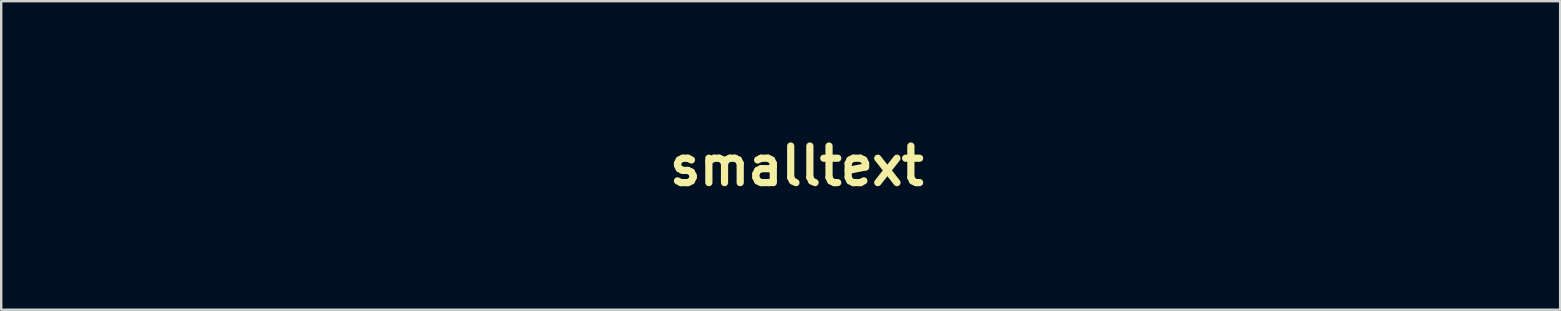
<source format=kicad_pcb>
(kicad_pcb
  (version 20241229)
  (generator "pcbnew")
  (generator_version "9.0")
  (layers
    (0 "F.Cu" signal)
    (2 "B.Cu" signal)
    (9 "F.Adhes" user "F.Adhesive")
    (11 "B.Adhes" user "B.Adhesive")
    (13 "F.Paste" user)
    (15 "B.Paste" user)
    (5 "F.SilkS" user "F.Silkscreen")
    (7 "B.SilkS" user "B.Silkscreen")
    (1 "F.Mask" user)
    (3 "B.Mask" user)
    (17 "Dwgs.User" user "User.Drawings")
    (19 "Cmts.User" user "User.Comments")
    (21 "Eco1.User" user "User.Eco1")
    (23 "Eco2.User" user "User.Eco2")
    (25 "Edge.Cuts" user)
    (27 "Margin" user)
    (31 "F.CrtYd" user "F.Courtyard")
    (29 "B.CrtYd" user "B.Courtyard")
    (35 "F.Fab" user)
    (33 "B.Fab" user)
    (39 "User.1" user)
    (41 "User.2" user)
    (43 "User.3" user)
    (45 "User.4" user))
  (footprint "smalltext"
    (layer "F.Cu")
    (at 30.154 3.87)
    (property "Reference" "smalltext" (at 0 0 0) (layer "F.SilkS") (effects (font (size 1.524 1.524) (thickness 0.3))))
    (attr through_hole)
    (fp_poly (pts (xy -29.992 -3.206) (xy -29.957 -2.901) (xy -29.935 -2.418) (xy -29.928 -1.822) (xy -29.936 -1.193) (xy -29.958 -0.72) (xy -29.994 -0.426) (xy -30.038 -0.331) (xy -30.085 -0.438) (xy -30.12 -0.744) (xy -30.142 -1.227) (xy -30.149 -1.822) (xy -30.141 -2.452) (xy -30.118 -2.925) (xy -30.082 -3.219) (xy -30.038 -3.313) (xy -29.992 -3.206)) (stroke (width 0.01) (type solid)) (fill yes) (layer "F.Mask"))
    (fp_poly (pts (xy -29.992 0.107) (xy -29.957 0.412) (xy -29.935 0.895) (xy -29.928 1.491) (xy -29.936 2.121) (xy -29.958 2.593) (xy -29.994 2.887) (xy -30.038 2.982) (xy -30.085 2.875) (xy -30.12 2.569) (xy -30.142 2.086) (xy -30.149 1.491) (xy -30.141 0.861) (xy -30.118 0.388) (xy -30.082 0.094) (xy -30.038 0) (xy -29.992 0.107)) (stroke (width 0.01) (type solid)) (fill yes) (layer "F.Mask"))
    (fp_poly (pts (xy -24.691 -3.206) (xy -24.656 -2.901) (xy -24.634 -2.418) (xy -24.627 -1.822) (xy -24.635 -1.193) (xy -24.658 -0.72) (xy -24.693 -0.426) (xy -24.737 -0.331) (xy -24.784 -0.438) (xy -24.819 -0.744) (xy -24.841 -1.227) (xy -24.848 -1.822) (xy -24.84 -2.452) (xy -24.817 -2.925) (xy -24.782 -3.219) (xy -24.737 -3.313) (xy -24.691 -3.206)) (stroke (width 0.01) (type solid)) (fill yes) (layer "F.Mask"))
    (fp_poly (pts (xy -24.691 0.107) (xy -24.656 0.412) (xy -24.634 0.895) (xy -24.627 1.491) (xy -24.635 2.121) (xy -24.658 2.593) (xy -24.693 2.887) (xy -24.737 2.982) (xy -24.784 2.875) (xy -24.819 2.569) (xy -24.841 2.086) (xy -24.848 1.491) (xy -24.84 0.861) (xy -24.817 0.388) (xy -24.782 0.094) (xy -24.737 0) (xy -24.691 0.107)) (stroke (width 0.01) (type solid)) (fill yes) (layer "F.Mask"))
    (fp_poly (pts (xy -19.052 1.448) (xy -18.845 1.493) (xy -18.775 1.581) (xy -18.774 1.601) (xy -18.825 1.697) (xy -19.005 1.749) (xy -19.357 1.767) (xy -19.437 1.767) (xy -19.821 1.754) (xy -20.028 1.709) (xy -20.098 1.621) (xy -20.099 1.601) (xy -20.048 1.505) (xy -19.868 1.453) (xy -19.516 1.436) (xy -19.437 1.436) (xy -19.052 1.448)) (stroke (width 0.01) (type solid)) (fill yes) (layer "F.Mask"))
    (fp_poly (pts (xy -17.285 1.448) (xy -17.078 1.493) (xy -17.008 1.581) (xy -17.007 1.601) (xy -17.058 1.697) (xy -17.238 1.749) (xy -17.59 1.767) (xy -17.67 1.767) (xy -18.054 1.754) (xy -18.261 1.709) (xy -18.331 1.621) (xy -18.332 1.601) (xy -18.281 1.505) (xy -18.101 1.453) (xy -17.749 1.436) (xy -17.67 1.436) (xy -17.285 1.448)) (stroke (width 0.01) (type solid)) (fill yes) (layer "F.Mask"))
    (fp_poly (pts (xy -12.322 -3.206) (xy -12.287 -2.901) (xy -12.265 -2.418) (xy -12.258 -1.822) (xy -12.266 -1.193) (xy -12.289 -0.72) (xy -12.325 -0.426) (xy -12.369 -0.331) (xy -12.415 -0.438) (xy -12.45 -0.744) (xy -12.472 -1.227) (xy -12.479 -1.822) (xy -12.471 -2.452) (xy -12.449 -2.925) (xy -12.413 -3.219) (xy -12.369 -3.313) (xy -12.322 -3.206)) (stroke (width 0.01) (type solid)) (fill yes) (layer "F.Mask"))
    (fp_poly (pts (xy -12.322 0.107) (xy -12.287 0.412) (xy -12.265 0.895) (xy -12.258 1.491) (xy -12.266 2.121) (xy -12.289 2.593) (xy -12.325 2.887) (xy -12.369 2.982) (xy -12.415 2.875) (xy -12.45 2.569) (xy -12.472 2.086) (xy -12.479 1.491) (xy -12.471 0.861) (xy -12.449 0.388) (xy -12.413 0.094) (xy -12.369 0) (xy -12.322 0.107)) (stroke (width 0.01) (type solid)) (fill yes) (layer "F.Mask"))
    (fp_poly (pts (xy -7.021 -3.206) (xy -6.986 -2.901) (xy -6.964 -2.418) (xy -6.957 -1.822) (xy -6.965 -1.193) (xy -6.988 -0.72) (xy -7.024 -0.426) (xy -7.068 -0.331) (xy -7.114 -0.438) (xy -7.149 -0.744) (xy -7.171 -1.227) (xy -7.178 -1.822) (xy -7.17 -2.452) (xy -7.148 -2.925) (xy -7.112 -3.219) (xy -7.068 -3.313) (xy -7.021 -3.206)) (stroke (width 0.01) (type solid)) (fill yes) (layer "F.Mask"))
    (fp_poly (pts (xy -7.021 0.107) (xy -6.986 0.412) (xy -6.964 0.895) (xy -6.957 1.491) (xy -6.965 2.121) (xy -6.988 2.593) (xy -7.024 2.887) (xy -7.068 2.982) (xy -7.114 2.875) (xy -7.149 2.569) (xy -7.171 2.086) (xy -7.178 1.491) (xy -7.17 0.861) (xy -7.148 0.388) (xy -7.112 0.094) (xy -7.068 0) (xy -7.021 0.107)) (stroke (width 0.01) (type solid)) (fill yes) (layer "F.Mask"))
    (fp_poly (pts (xy -3.487 -3.206) (xy -3.452 -2.901) (xy -3.43 -2.418) (xy -3.423 -1.822) (xy -3.431 -1.193) (xy -3.454 -0.72) (xy -3.49 -0.426) (xy -3.534 -0.331) (xy -3.581 -0.438) (xy -3.616 -0.744) (xy -3.637 -1.227) (xy -3.644 -1.822) (xy -3.636 -2.452) (xy -3.614 -2.925) (xy -3.578 -3.219) (xy -3.534 -3.313) (xy -3.487 -3.206)) (stroke (width 0.01) (type solid)) (fill yes) (layer "F.Mask"))
    (fp_poly (pts (xy -3.487 0.107) (xy -3.452 0.412) (xy -3.43 0.895) (xy -3.423 1.491) (xy -3.431 2.121) (xy -3.454 2.593) (xy -3.49 2.887) (xy -3.534 2.982) (xy -3.581 2.875) (xy -3.616 2.569) (xy -3.637 2.086) (xy -3.644 1.491) (xy -3.636 0.861) (xy -3.614 0.388) (xy -3.578 0.094) (xy -3.534 0) (xy -3.487 0.107)) (stroke (width 0.01) (type solid)) (fill yes) (layer "F.Mask"))
    (fp_poly (pts (xy -1.329 -3.852) (xy -1.022 -3.817) (xy -0.886 -3.765) (xy -0.883 -3.755) (xy -0.987 -3.7) (xy -1.269 -3.662) (xy -1.688 -3.645) (xy -1.767 -3.644) (xy -2.204 -3.657) (xy -2.512 -3.693) (xy -2.647 -3.745) (xy -2.65 -3.755) (xy -2.547 -3.809) (xy -2.265 -3.848) (xy -1.846 -3.865) (xy -1.767 -3.865) (xy -1.329 -3.852)) (stroke (width 0.01) (type solid)) (fill yes) (layer "F.Mask"))
    (fp_poly (pts (xy -1.329 2.774) (xy -1.022 2.809) (xy -0.886 2.861) (xy -0.883 2.871) (xy -0.987 2.926) (xy -1.269 2.964) (xy -1.688 2.981) (xy -1.767 2.982) (xy -2.204 2.969) (xy -2.512 2.934) (xy -2.647 2.881) (xy -2.65 2.871) (xy -2.547 2.817) (xy -2.265 2.778) (xy -1.846 2.761) (xy -1.767 2.761) (xy -1.329 2.774)) (stroke (width 0.01) (type solid)) (fill yes) (layer "F.Mask"))
    (fp_poly (pts (xy 8.881 -3.206) (xy 8.916 -2.901) (xy 8.938 -2.418) (xy 8.945 -1.822) (xy 8.937 -1.193) (xy 8.915 -0.72) (xy 8.879 -0.426) (xy 8.835 -0.331) (xy 8.788 -0.438) (xy 8.753 -0.744) (xy 8.731 -1.227) (xy 8.724 -1.822) (xy 8.732 -2.452) (xy 8.755 -2.925) (xy 8.791 -3.219) (xy 8.835 -3.313) (xy 8.881 -3.206)) (stroke (width 0.01) (type solid)) (fill yes) (layer "F.Mask"))
    (fp_poly (pts (xy 11.039 -0.539) (xy 11.347 -0.504) (xy 11.482 -0.452) (xy 11.485 -0.442) (xy 11.382 -0.387) (xy 11.1 -0.349) (xy 10.681 -0.332) (xy 10.602 -0.331) (xy 10.164 -0.344) (xy 9.857 -0.379) (xy 9.721 -0.432) (xy 9.718 -0.442) (xy 9.822 -0.496) (xy 10.104 -0.535) (xy 10.523 -0.552) (xy 10.602 -0.552) (xy 11.039 -0.539)) (stroke (width 0.01) (type solid)) (fill yes) (layer "F.Mask"))
    (fp_poly (pts (xy 12.415 -3.206) (xy 12.45 -2.901) (xy 12.472 -2.418) (xy 12.479 -1.822) (xy 12.471 -1.193) (xy 12.449 -0.72) (xy 12.413 -0.426) (xy 12.369 -0.331) (xy 12.322 -0.438) (xy 12.287 -0.744) (xy 12.265 -1.227) (xy 12.258 -1.822) (xy 12.266 -2.452) (xy 12.289 -2.925) (xy 12.325 -3.219) (xy 12.369 -3.313) (xy 12.415 -3.206)) (stroke (width 0.01) (type solid)) (fill yes) (layer "F.Mask"))
    (fp_poly (pts (xy 12.415 0.107) (xy 12.45 0.412) (xy 12.472 0.895) (xy 12.479 1.491) (xy 12.471 2.121) (xy 12.449 2.593) (xy 12.413 2.887) (xy 12.369 2.982) (xy 12.322 2.875) (xy 12.287 2.569) (xy 12.265 2.086) (xy 12.258 1.491) (xy 12.266 0.861) (xy 12.289 0.388) (xy 12.325 0.094) (xy 12.369 0) (xy 12.415 0.107)) (stroke (width 0.01) (type solid)) (fill yes) (layer "F.Mask"))
    (fp_poly (pts (xy 14.573 -0.539) (xy 14.881 -0.504) (xy 15.016 -0.452) (xy 15.019 -0.442) (xy 14.916 -0.387) (xy 14.634 -0.349) (xy 14.215 -0.332) (xy 14.136 -0.331) (xy 13.698 -0.344) (xy 13.391 -0.379) (xy 13.255 -0.432) (xy 13.252 -0.442) (xy 13.355 -0.496) (xy 13.638 -0.535) (xy 14.057 -0.552) (xy 14.136 -0.552) (xy 14.573 -0.539)) (stroke (width 0.01) (type solid)) (fill yes) (layer "F.Mask"))
    (fp_poly (pts (xy 19.874 -3.852) (xy 20.181 -3.817) (xy 20.317 -3.765) (xy 20.32 -3.755) (xy 20.217 -3.7) (xy 19.935 -3.662) (xy 19.516 -3.645) (xy 19.437 -3.644) (xy 18.999 -3.657) (xy 18.692 -3.693) (xy 18.556 -3.745) (xy 18.553 -3.755) (xy 18.656 -3.809) (xy 18.938 -3.848) (xy 19.357 -3.865) (xy 19.437 -3.865) (xy 19.874 -3.852)) (stroke (width 0.01) (type solid)) (fill yes) (layer "F.Mask"))
    (fp_poly (pts (xy 19.874 2.774) (xy 20.181 2.809) (xy 20.317 2.861) (xy 20.32 2.871) (xy 20.217 2.926) (xy 19.935 2.964) (xy 19.516 2.981) (xy 19.437 2.982) (xy 18.999 2.969) (xy 18.692 2.934) (xy 18.556 2.881) (xy 18.553 2.871) (xy 18.656 2.817) (xy 18.938 2.778) (xy 19.357 2.761) (xy 19.437 2.761) (xy 19.874 2.774)) (stroke (width 0.01) (type solid)) (fill yes) (layer "F.Mask"))
    (fp_poly (pts (xy 26.942 -3.852) (xy 27.249 -3.817) (xy 27.385 -3.765) (xy 27.388 -3.755) (xy 27.285 -3.7) (xy 27.002 -3.662) (xy 26.583 -3.645) (xy 26.504 -3.644) (xy 26.067 -3.657) (xy 25.759 -3.693) (xy 25.624 -3.745) (xy 25.621 -3.755) (xy 25.724 -3.809) (xy 26.006 -3.848) (xy 26.425 -3.865) (xy 26.504 -3.865) (xy 26.942 -3.852)) (stroke (width 0.01) (type solid)) (fill yes) (layer "F.Mask"))
    (fp_poly (pts (xy 26.942 2.774) (xy 27.249 2.809) (xy 27.385 2.861) (xy 27.388 2.871) (xy 27.285 2.926) (xy 27.002 2.964) (xy 26.583 2.981) (xy 26.504 2.982) (xy 26.067 2.969) (xy 25.759 2.934) (xy 25.624 2.881) (xy 25.621 2.871) (xy 25.724 2.817) (xy 26.006 2.778) (xy 26.425 2.761) (xy 26.504 2.761) (xy 26.942 2.774)) (stroke (width 0.01) (type solid)) (fill yes) (layer "F.Mask"))
    (fp_poly (pts (xy -28.728 -2.955) (xy -28.596 -2.766) (xy -28.413 -2.441) (xy -28.233 -2.085) (xy -27.99 -1.58) (xy -27.834 -1.241) (xy -27.754 -1.034) (xy -27.737 -0.927) (xy -27.775 -0.888) (xy -27.824 -0.883) (xy -27.913 -0.977) (xy -28.067 -1.229) (xy -28.259 -1.595) (xy -28.38 -1.845) (xy -28.571 -2.279) (xy -28.712 -2.649) (xy -28.785 -2.905) (xy -28.789 -2.977) (xy -28.728 -2.955)) (stroke (width 0.01) (type solid)) (fill yes) (layer "F.Mask"))
    (fp_poly (pts (xy -26.961 0.358) (xy -26.829 0.547) (xy -26.646 0.872) (xy -26.466 1.228) (xy -26.223 1.733) (xy -26.067 2.072) (xy -25.987 2.279) (xy -25.97 2.386) (xy -26.008 2.425) (xy -26.057 2.43) (xy -26.146 2.336) (xy -26.3 2.084) (xy -26.492 1.718) (xy -26.613 1.468) (xy -26.804 1.035) (xy -26.945 0.664) (xy -27.018 0.408) (xy -27.022 0.336) (xy -26.961 0.358)) (stroke (width 0.01) (type solid)) (fill yes) (layer "F.Mask"))
    (fp_poly (pts (xy -20.711 0.503) (xy -20.813 0.801) (xy -20.967 1.178) (xy -21.149 1.58) (xy -21.335 1.955) (xy -21.5 2.25) (xy -21.62 2.413) (xy -21.651 2.43) (xy -21.754 2.373) (xy -21.756 2.36) (xy -21.711 2.205) (xy -21.592 1.931) (xy -21.423 1.582) (xy -21.229 1.206) (xy -21.034 0.847) (xy -20.862 0.553) (xy -20.738 0.368) (xy -20.686 0.336) (xy -20.711 0.503)) (stroke (width 0.01) (type solid)) (fill yes) (layer "F.Mask"))
    (fp_poly (pts (xy -18.945 -2.81) (xy -19.046 -2.512) (xy -19.2 -2.136) (xy -19.382 -1.733) (xy -19.568 -1.358) (xy -19.733 -1.063) (xy -19.853 -0.9) (xy -19.884 -0.883) (xy -19.987 -0.94) (xy -19.989 -0.954) (xy -19.944 -1.108) (xy -19.825 -1.382) (xy -19.656 -1.731) (xy -19.462 -2.107) (xy -19.267 -2.466) (xy -19.095 -2.76) (xy -18.971 -2.945) (xy -18.919 -2.977) (xy -18.945 -2.81)) (stroke (width 0.01) (type solid)) (fill yes) (layer "F.Mask"))
    (fp_poly (pts (xy -18.126 -2.955) (xy -17.994 -2.766) (xy -17.811 -2.441) (xy -17.631 -2.085) (xy -17.389 -1.58) (xy -17.232 -1.241) (xy -17.152 -1.034) (xy -17.136 -0.927) (xy -17.173 -0.888) (xy -17.223 -0.883) (xy -17.311 -0.977) (xy -17.465 -1.229) (xy -17.657 -1.595) (xy -17.778 -1.845) (xy -17.969 -2.279) (xy -18.111 -2.649) (xy -18.183 -2.905) (xy -18.187 -2.977) (xy -18.126 -2.955)) (stroke (width 0.01) (type solid)) (fill yes) (layer "F.Mask"))
    (fp_poly (pts (xy -16.36 0.358) (xy -16.227 0.547) (xy -16.044 0.872) (xy -15.864 1.228) (xy -15.622 1.733) (xy -15.465 2.072) (xy -15.385 2.279) (xy -15.369 2.386) (xy -15.406 2.425) (xy -15.456 2.43) (xy -15.545 2.336) (xy -15.698 2.084) (xy -15.89 1.718) (xy -16.011 1.468) (xy -16.202 1.035) (xy -16.344 0.664) (xy -16.416 0.408) (xy -16.42 0.336) (xy -16.36 0.358)) (stroke (width 0.01) (type solid)) (fill yes) (layer "F.Mask"))
    (fp_poly (pts (xy -11.059 -2.955) (xy -10.926 -2.766) (xy -10.743 -2.441) (xy -10.563 -2.085) (xy -10.321 -1.58) (xy -10.165 -1.241) (xy -10.084 -1.034) (xy -10.068 -0.927) (xy -10.105 -0.888) (xy -10.155 -0.883) (xy -10.244 -0.977) (xy -10.397 -1.229) (xy -10.59 -1.595) (xy -10.711 -1.845) (xy -10.901 -2.279) (xy -11.043 -2.649) (xy -11.116 -2.905) (xy -11.119 -2.977) (xy -11.059 -2.955)) (stroke (width 0.01) (type solid)) (fill yes) (layer "F.Mask"))
    (fp_poly (pts (xy -9.292 0.358) (xy -9.159 0.547) (xy -8.976 0.872) (xy -8.796 1.228) (xy -8.554 1.733) (xy -8.398 2.072) (xy -8.317 2.279) (xy -8.301 2.386) (xy -8.338 2.425) (xy -8.388 2.43) (xy -8.477 2.336) (xy -8.63 2.084) (xy -8.823 1.718) (xy -8.944 1.468) (xy -9.135 1.035) (xy -9.276 0.664) (xy -9.349 0.408) (xy -9.352 0.336) (xy -9.292 0.358)) (stroke (width 0.01) (type solid)) (fill yes) (layer "F.Mask"))
    (fp_poly (pts (xy -0.457 -2.955) (xy -0.325 -2.766) (xy -0.141 -2.441) (xy 0.038 -2.085) (xy 0.281 -1.58) (xy 0.437 -1.241) (xy 0.518 -1.034) (xy 0.534 -0.927) (xy 0.497 -0.888) (xy 0.447 -0.883) (xy 0.358 -0.977) (xy 0.205 -1.229) (xy 0.012 -1.595) (xy -0.109 -1.845) (xy -0.3 -2.279) (xy -0.441 -2.649) (xy -0.514 -2.905) (xy -0.518 -2.977) (xy -0.457 -2.955)) (stroke (width 0.01) (type solid)) (fill yes) (layer "F.Mask"))
    (fp_poly (pts (xy 0.492 0.503) (xy 0.39 0.801) (xy 0.236 1.178) (xy 0.054 1.58) (xy -0.131 1.955) (xy -0.296 2.25) (xy -0.417 2.413) (xy -0.447 2.43) (xy -0.55 2.373) (xy -0.552 2.36) (xy -0.507 2.205) (xy -0.388 1.931) (xy -0.219 1.582) (xy -0.025 1.206) (xy 0.17 0.847) (xy 0.341 0.553) (xy 0.466 0.368) (xy 0.518 0.336) (xy 0.492 0.503)) (stroke (width 0.01) (type solid)) (fill yes) (layer "F.Mask"))
    (fp_poly (pts (xy 4.026 0.503) (xy 3.924 0.801) (xy 3.77 1.178) (xy 3.588 1.58) (xy 3.402 1.955) (xy 3.237 2.25) (xy 3.117 2.413) (xy 3.087 2.43) (xy 2.984 2.373) (xy 2.982 2.36) (xy 3.027 2.205) (xy 3.146 1.931) (xy 3.315 1.582) (xy 3.509 1.206) (xy 3.704 0.847) (xy 3.875 0.553) (xy 4 0.368) (xy 4.051 0.336) (xy 4.026 0.503)) (stroke (width 0.01) (type solid)) (fill yes) (layer "F.Mask"))
    (fp_poly (pts (xy 5.793 -2.81) (xy 5.691 -2.512) (xy 5.537 -2.136) (xy 5.355 -1.733) (xy 5.169 -1.358) (xy 5.004 -1.063) (xy 4.884 -0.9) (xy 4.854 -0.883) (xy 4.751 -0.94) (xy 4.749 -0.954) (xy 4.794 -1.108) (xy 4.913 -1.382) (xy 5.081 -1.731) (xy 5.275 -2.107) (xy 5.471 -2.466) (xy 5.642 -2.76) (xy 5.767 -2.945) (xy 5.818 -2.977) (xy 5.793 -2.81)) (stroke (width 0.01) (type solid)) (fill yes) (layer "F.Mask"))
    (fp_poly (pts (xy 17.213 0.358) (xy 17.345 0.547) (xy 17.528 0.872) (xy 17.708 1.228) (xy 17.951 1.733) (xy 18.107 2.072) (xy 18.187 2.279) (xy 18.203 2.386) (xy 18.166 2.425) (xy 18.117 2.43) (xy 18.028 2.336) (xy 17.874 2.084) (xy 17.682 1.718) (xy 17.561 1.468) (xy 17.37 1.035) (xy 17.228 0.664) (xy 17.156 0.408) (xy 17.152 0.336) (xy 17.213 0.358)) (stroke (width 0.01) (type solid)) (fill yes) (layer "F.Mask"))
    (fp_poly (pts (xy 18.162 -2.81) (xy 18.06 -2.512) (xy 17.906 -2.136) (xy 17.724 -1.733) (xy 17.538 -1.358) (xy 17.373 -1.063) (xy 17.253 -0.9) (xy 17.223 -0.883) (xy 17.119 -0.94) (xy 17.117 -0.954) (xy 17.162 -1.108) (xy 17.281 -1.382) (xy 17.45 -1.731) (xy 17.644 -2.107) (xy 17.839 -2.466) (xy 18.011 -2.76) (xy 18.135 -2.945) (xy 18.187 -2.977) (xy 18.162 -2.81)) (stroke (width 0.01) (type solid)) (fill yes) (layer "F.Mask"))
    (fp_poly (pts (xy 20.747 -2.955) (xy 20.879 -2.766) (xy 21.062 -2.441) (xy 21.242 -2.085) (xy 21.485 -1.58) (xy 21.641 -1.241) (xy 21.721 -1.034) (xy 21.737 -0.927) (xy 21.7 -0.888) (xy 21.651 -0.883) (xy 21.562 -0.977) (xy 21.408 -1.229) (xy 21.216 -1.595) (xy 21.095 -1.845) (xy 20.904 -2.279) (xy 20.762 -2.649) (xy 20.69 -2.905) (xy 20.686 -2.977) (xy 20.747 -2.955)) (stroke (width 0.01) (type solid)) (fill yes) (layer "F.Mask"))
    (fp_poly (pts (xy 21.695 0.503) (xy 21.594 0.801) (xy 21.44 1.178) (xy 21.258 1.58) (xy 21.072 1.955) (xy 20.907 2.25) (xy 20.787 2.413) (xy 20.756 2.43) (xy 20.653 2.373) (xy 20.651 2.36) (xy 20.696 2.205) (xy 20.815 1.931) (xy 20.984 1.582) (xy 21.178 1.206) (xy 21.373 0.847) (xy 21.545 0.553) (xy 21.669 0.368) (xy 21.721 0.336) (xy 21.695 0.503)) (stroke (width 0.01) (type solid)) (fill yes) (layer "F.Mask"))
    (fp_poly (pts (xy 24.28 0.358) (xy 24.413 0.547) (xy 24.596 0.872) (xy 24.776 1.228) (xy 25.018 1.733) (xy 25.175 2.072) (xy 25.255 2.279) (xy 25.271 2.386) (xy 25.234 2.425) (xy 25.184 2.43) (xy 25.095 2.336) (xy 24.942 2.084) (xy 24.75 1.718) (xy 24.629 1.468) (xy 24.438 1.035) (xy 24.296 0.664) (xy 24.224 0.408) (xy 24.22 0.336) (xy 24.28 0.358)) (stroke (width 0.01) (type solid)) (fill yes) (layer "F.Mask"))
    (fp_poly (pts (xy 25.229 -2.81) (xy 25.127 -2.512) (xy 24.973 -2.136) (xy 24.791 -1.733) (xy 24.606 -1.358) (xy 24.441 -1.063) (xy 24.321 -0.9) (xy 24.29 -0.883) (xy 24.187 -0.94) (xy 24.185 -0.954) (xy 24.23 -1.108) (xy 24.349 -1.382) (xy 24.518 -1.731) (xy 24.712 -2.107) (xy 24.907 -2.466) (xy 25.079 -2.76) (xy 25.203 -2.945) (xy 25.255 -2.977) (xy 25.229 -2.81)) (stroke (width 0.01) (type solid)) (fill yes) (layer "F.Mask"))
    (fp_poly (pts (xy 27.814 -2.955) (xy 27.947 -2.766) (xy 28.13 -2.441) (xy 28.31 -2.085) (xy 28.552 -1.58) (xy 28.708 -1.241) (xy 28.789 -1.034) (xy 28.805 -0.927) (xy 28.768 -0.888) (xy 28.718 -0.883) (xy 28.629 -0.977) (xy 28.476 -1.229) (xy 28.284 -1.595) (xy 28.163 -1.845) (xy 27.972 -2.279) (xy 27.83 -2.649) (xy 27.757 -2.905) (xy 27.754 -2.977) (xy 27.814 -2.955)) (stroke (width 0.01) (type solid)) (fill yes) (layer "F.Mask"))
    (fp_poly (pts (xy 28.763 0.503) (xy 28.661 0.801) (xy 28.507 1.178) (xy 28.325 1.58) (xy 28.14 1.955) (xy 27.975 2.25) (xy 27.855 2.413) (xy 27.824 2.43) (xy 27.721 2.373) (xy 27.719 2.36) (xy 27.764 2.205) (xy 27.883 1.931) (xy 28.052 1.582) (xy 28.246 1.206) (xy 28.441 0.847) (xy 28.613 0.553) (xy 28.737 0.368) (xy 28.789 0.336) (xy 28.763 0.503)) (stroke (width 0.01) (type solid)) (fill yes) (layer "F.Mask"))
    (fp_poly (pts (xy 5.121 -3.859) (xy 5.661 -3.839) (xy 6.019 -3.808) (xy 6.178 -3.766) (xy 6.184 -3.755) (xy 6.077 -3.711) (xy 5.766 -3.677) (xy 5.269 -3.655) (xy 4.604 -3.645) (xy 4.417 -3.644) (xy 3.713 -3.651) (xy 3.174 -3.67) (xy 2.816 -3.702) (xy 2.657 -3.743) (xy 2.65 -3.755) (xy 2.758 -3.799) (xy 3.069 -3.833) (xy 3.565 -3.855) (xy 4.231 -3.865) (xy 4.417 -3.865) (xy 5.121 -3.859)) (stroke (width 0.01) (type solid)) (fill yes) (layer "F.Mask")))
  (gr_rect
    (start -3 -3)
    (end 61.964 9.857)
    (stroke (width 0.1) (type default))
    (fill no)
    (layer "Edge.Cuts")))
</source>
